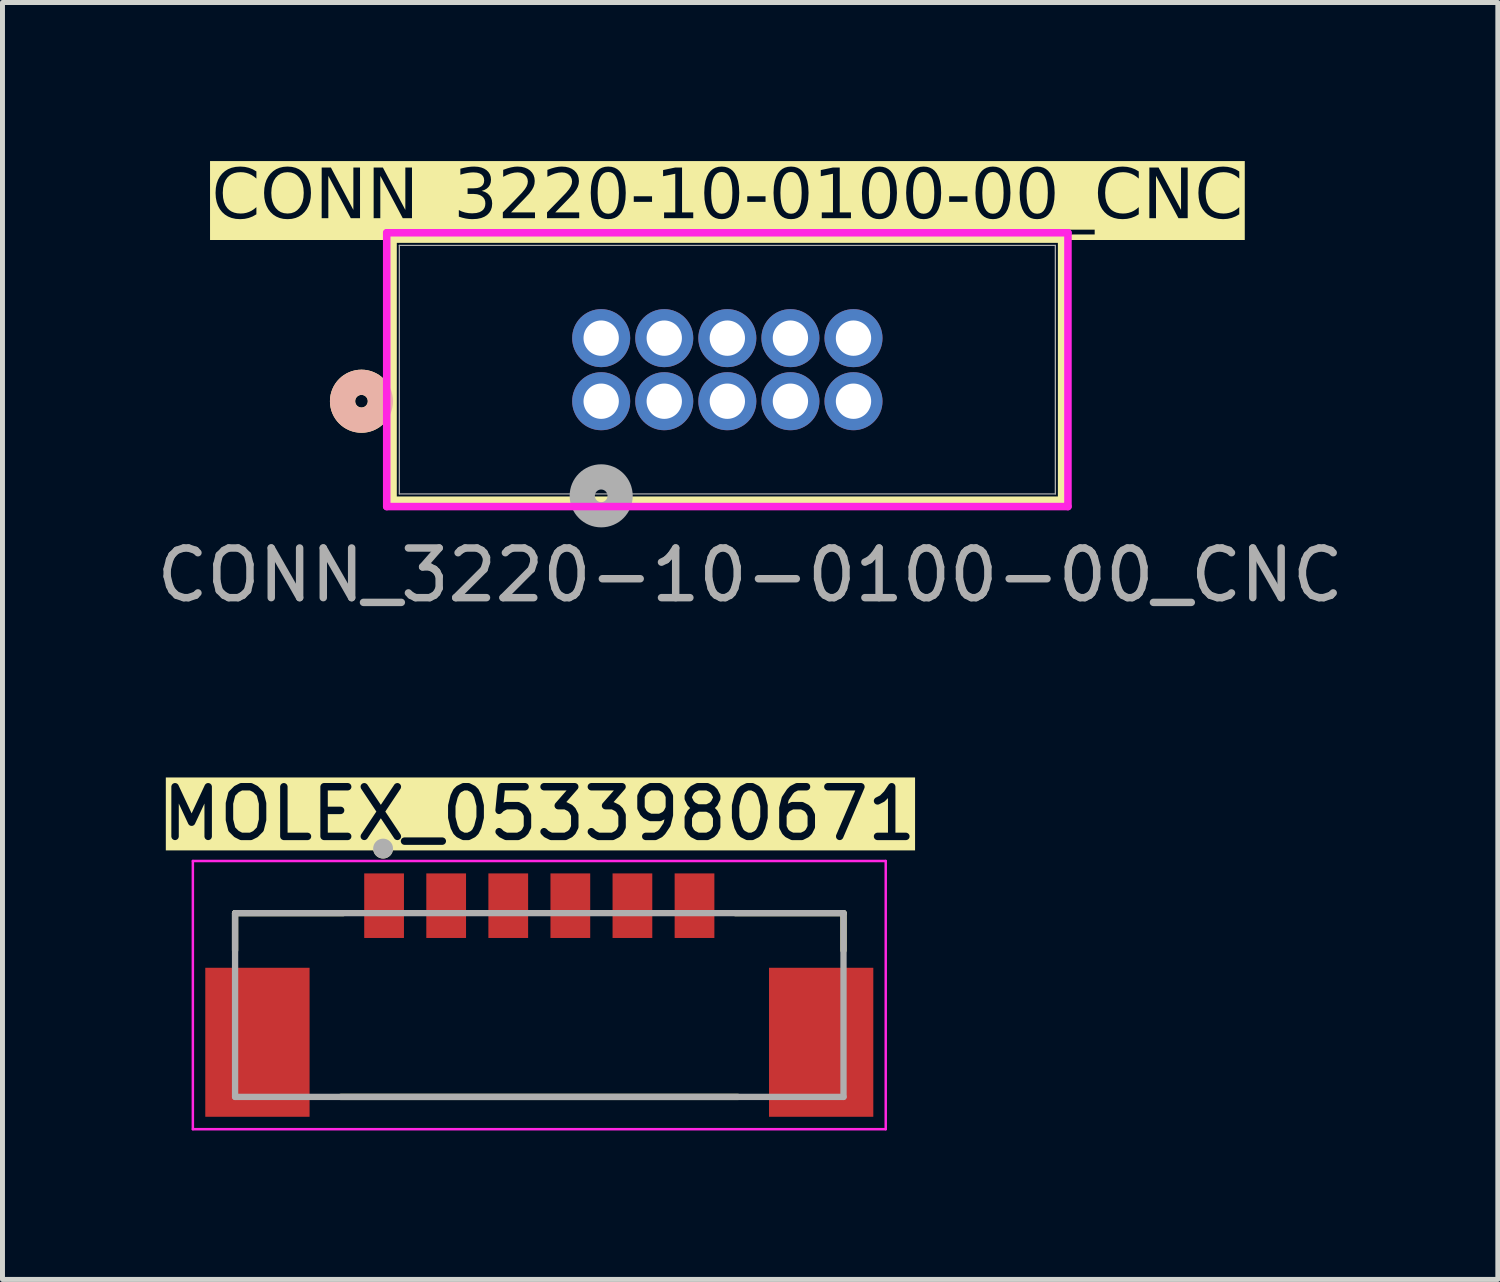
<source format=kicad_pcb>
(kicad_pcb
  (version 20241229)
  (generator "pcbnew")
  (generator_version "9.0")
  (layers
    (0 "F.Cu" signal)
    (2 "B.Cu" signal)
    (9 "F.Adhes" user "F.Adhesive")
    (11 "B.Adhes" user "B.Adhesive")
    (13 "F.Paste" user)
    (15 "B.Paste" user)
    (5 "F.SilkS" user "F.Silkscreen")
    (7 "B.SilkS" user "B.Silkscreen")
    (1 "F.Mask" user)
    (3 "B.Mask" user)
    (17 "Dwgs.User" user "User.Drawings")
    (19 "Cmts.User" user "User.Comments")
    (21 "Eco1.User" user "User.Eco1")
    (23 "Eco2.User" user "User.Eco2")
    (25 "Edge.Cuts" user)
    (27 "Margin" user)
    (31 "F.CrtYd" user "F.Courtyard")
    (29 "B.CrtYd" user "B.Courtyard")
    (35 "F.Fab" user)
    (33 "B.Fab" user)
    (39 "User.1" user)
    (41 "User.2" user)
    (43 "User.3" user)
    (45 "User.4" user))
  (footprint "CONN_3220-10-0100-00_CNC"
    (layer "F.Cu")
    (at 9.054 5.028)
    (property "Reference" "CONN_3220-10-0100-00_CNC" (at 2.54 -4.1 0) (unlocked yes) (layer "F.SilkS" knockout) (effects (font (face "Futura") (size 1 1) (thickness 0.15))))
    (attr through_hole)
    (fp_line (start -4.191 -3.264) (end -4.191 1.994) (stroke (width 0.152) (type solid)) (layer "F.SilkS"))
    (fp_line (start -4.191 1.994) (end 9.271 1.994) (stroke (width 0.152) (type solid)) (layer "F.SilkS"))
    (fp_line (start 9.271 -3.264) (end -4.191 -3.264) (stroke (width 0.152) (type solid)) (layer "F.SilkS"))
    (fp_line (start 9.271 1.994) (end 9.271 -3.264) (stroke (width 0.152) (type solid)) (layer "F.SilkS"))
    (fp_circle (center -4.826 0) (end -4.445 0) (stroke (width 0.508) (type solid)) (fill no) (layer "F.SilkS"))
    (fp_circle (center -4.826 0) (end -4.445 0) (stroke (width 0.508) (type solid)) (fill no) (layer "B.SilkS"))
    (fp_line (start -4.318 -3.391) (end -4.318 2.121) (stroke (width 0.152) (type solid)) (layer "F.CrtYd"))
    (fp_line (start -4.318 2.121) (end 9.398 2.121) (stroke (width 0.152) (type solid)) (layer "F.CrtYd"))
    (fp_line (start 9.398 -3.391) (end -4.318 -3.391) (stroke (width 0.152) (type solid)) (layer "F.CrtYd"))
    (fp_line (start 9.398 2.121) (end 9.398 -3.391) (stroke (width 0.152) (type solid)) (layer "F.CrtYd"))
    (fp_line (start -4.064 -3.137) (end -4.064 1.867) (stroke (width 0.025) (type solid)) (layer "F.Fab"))
    (fp_line (start -4.064 1.867) (end 9.144 1.867) (stroke (width 0.025) (type solid)) (layer "F.Fab"))
    (fp_line (start 9.144 -3.137) (end -4.064 -3.137) (stroke (width 0.025) (type solid)) (layer "F.Fab"))
    (fp_line (start 9.144 1.867) (end 9.144 -3.137) (stroke (width 0.025) (type solid)) (layer "F.Fab"))
    (fp_circle (center 0 1.905) (end 0.381 1.905) (stroke (width 0.508) (type solid)) (fill no) (layer "F.Fab"))
    (fp_text user "${REFERENCE}" (at 3 3.5 0) (unlocked yes) (layer "F.Fab") (effects (font (size 1 1) (thickness 0.15))))
    (pad "1" thru_hole circle (at 0 0) (size 1.168 1.168) (drill 0.711) (layers "*.Cu" "*.Mask"))
    (pad "2" thru_hole circle (at 0 -1.27) (size 1.168 1.168) (drill 0.711) (layers "*.Cu" "*.Mask"))
    (pad "3" thru_hole circle (at 1.27 0) (size 1.168 1.168) (drill 0.711) (layers "*.Cu" "*.Mask"))
    (pad "4" thru_hole circle (at 1.27 -1.27) (size 1.168 1.168) (drill 0.711) (layers "*.Cu" "*.Mask"))
    (pad "5" thru_hole circle (at 2.54 0) (size 1.168 1.168) (drill 0.711) (layers "*.Cu" "*.Mask"))
    (pad "6" thru_hole circle (at 2.54 -1.27) (size 1.168 1.168) (drill 0.711) (layers "*.Cu" "*.Mask"))
    (pad "7" thru_hole circle (at 3.81 0) (size 1.168 1.168) (drill 0.711) (layers "*.Cu" "*.Mask"))
    (pad "8" thru_hole circle (at 3.81 -1.27) (size 1.168 1.168) (drill 0.711) (layers "*.Cu" "*.Mask"))
    (pad "9" thru_hole circle (at 5.08 0) (size 1.168 1.168) (drill 0.711) (layers "*.Cu" "*.Mask"))
    (pad "10" thru_hole circle (at 5.08 -1.27) (size 1.168 1.168) (drill 0.711) (layers "*.Cu" "*.Mask")))
  (footprint "MOLEX_0533980671"
    (layer "F.Cu")
    (at 7.808 15.835)
    (property "Reference" "MOLEX_0533980671" (at 0 -2.5 0) (layer "F.SilkS" knockout) (effects (font (size 1 1) (thickness 0.15))))
    (attr smd)
    (fp_line (start -6.125 -0.5) (end -3.95 -0.5) (stroke (width 0.127) (type solid)) (layer "F.SilkS"))
    (fp_line (start -6.125 0.25) (end -6.125 -0.5) (stroke (width 0.127) (type solid)) (layer "F.SilkS"))
    (fp_line (start -4 3.2) (end 4 3.2) (stroke (width 0.127) (type solid)) (layer "F.SilkS"))
    (fp_line (start 3.95 -0.5) (end 6.125 -0.5) (stroke (width 0.127) (type solid)) (layer "F.SilkS"))
    (fp_line (start 6.125 -0.5) (end 6.125 0.25) (stroke (width 0.127) (type solid)) (layer "F.SilkS"))
    (fp_circle (center -3.145 -1.8) (end -3.045 -1.8) (stroke (width 0.2) (type solid)) (fill no) (layer "F.SilkS"))
    (fp_line (start -6.975 -1.55) (end 6.975 -1.55) (stroke (width 0.05) (type solid)) (layer "F.CrtYd"))
    (fp_line (start -6.975 3.85) (end -6.975 -1.55) (stroke (width 0.05) (type solid)) (layer "F.CrtYd"))
    (fp_line (start 6.975 -1.55) (end 6.975 3.85) (stroke (width 0.05) (type solid)) (layer "F.CrtYd"))
    (fp_line (start 6.975 3.85) (end -6.975 3.85) (stroke (width 0.05) (type solid)) (layer "F.CrtYd"))
    (fp_line (start -6.125 -0.5) (end 6.125 -0.5) (stroke (width 0.127) (type solid)) (layer "F.Fab"))
    (fp_line (start -6.125 3.2) (end -6.125 -0.5) (stroke (width 0.127) (type solid)) (layer "F.Fab"))
    (fp_line (start 6.125 -0.5) (end 6.125 3.2) (stroke (width 0.127) (type solid)) (layer "F.Fab"))
    (fp_line (start 6.125 3.2) (end -6.125 3.2) (stroke (width 0.127) (type solid)) (layer "F.Fab"))
    (fp_circle (center -3.145 -1.8) (end -3.045 -1.8) (stroke (width 0.2) (type solid)) (fill no) (layer "F.Fab"))
    (pad "1" smd rect (at -3.125 -0.65) (size 0.8 1.3) (layers "F.Cu" "F.Mask" "F.Paste"))
    (pad "2" smd rect (at -1.875 -0.65) (size 0.8 1.3) (layers "F.Cu" "F.Mask" "F.Paste"))
    (pad "3" smd rect (at -0.625 -0.65) (size 0.8 1.3) (layers "F.Cu" "F.Mask" "F.Paste"))
    (pad "4" smd rect (at 0.625 -0.65) (size 0.8 1.3) (layers "F.Cu" "F.Mask" "F.Paste"))
    (pad "5" smd rect (at 1.875 -0.65) (size 0.8 1.3) (layers "F.Cu" "F.Mask" "F.Paste"))
    (pad "6" smd rect (at 3.125 -0.65) (size 0.8 1.3) (layers "F.Cu" "F.Mask" "F.Paste"))
    (pad "S1" smd rect (at -5.675 2.1) (size 2.1 3) (layers "F.Cu" "F.Mask" "F.Paste"))
    (pad "S2" smd rect (at 5.675 2.1) (size 2.1 3) (layers "F.Cu" "F.Mask" "F.Paste")))
  (gr_rect
    (start -3 -3)
    (end 27.107 22.71)
    (stroke (width 0.1) (type default))
    (fill no)
    (layer "Edge.Cuts")))
</source>
